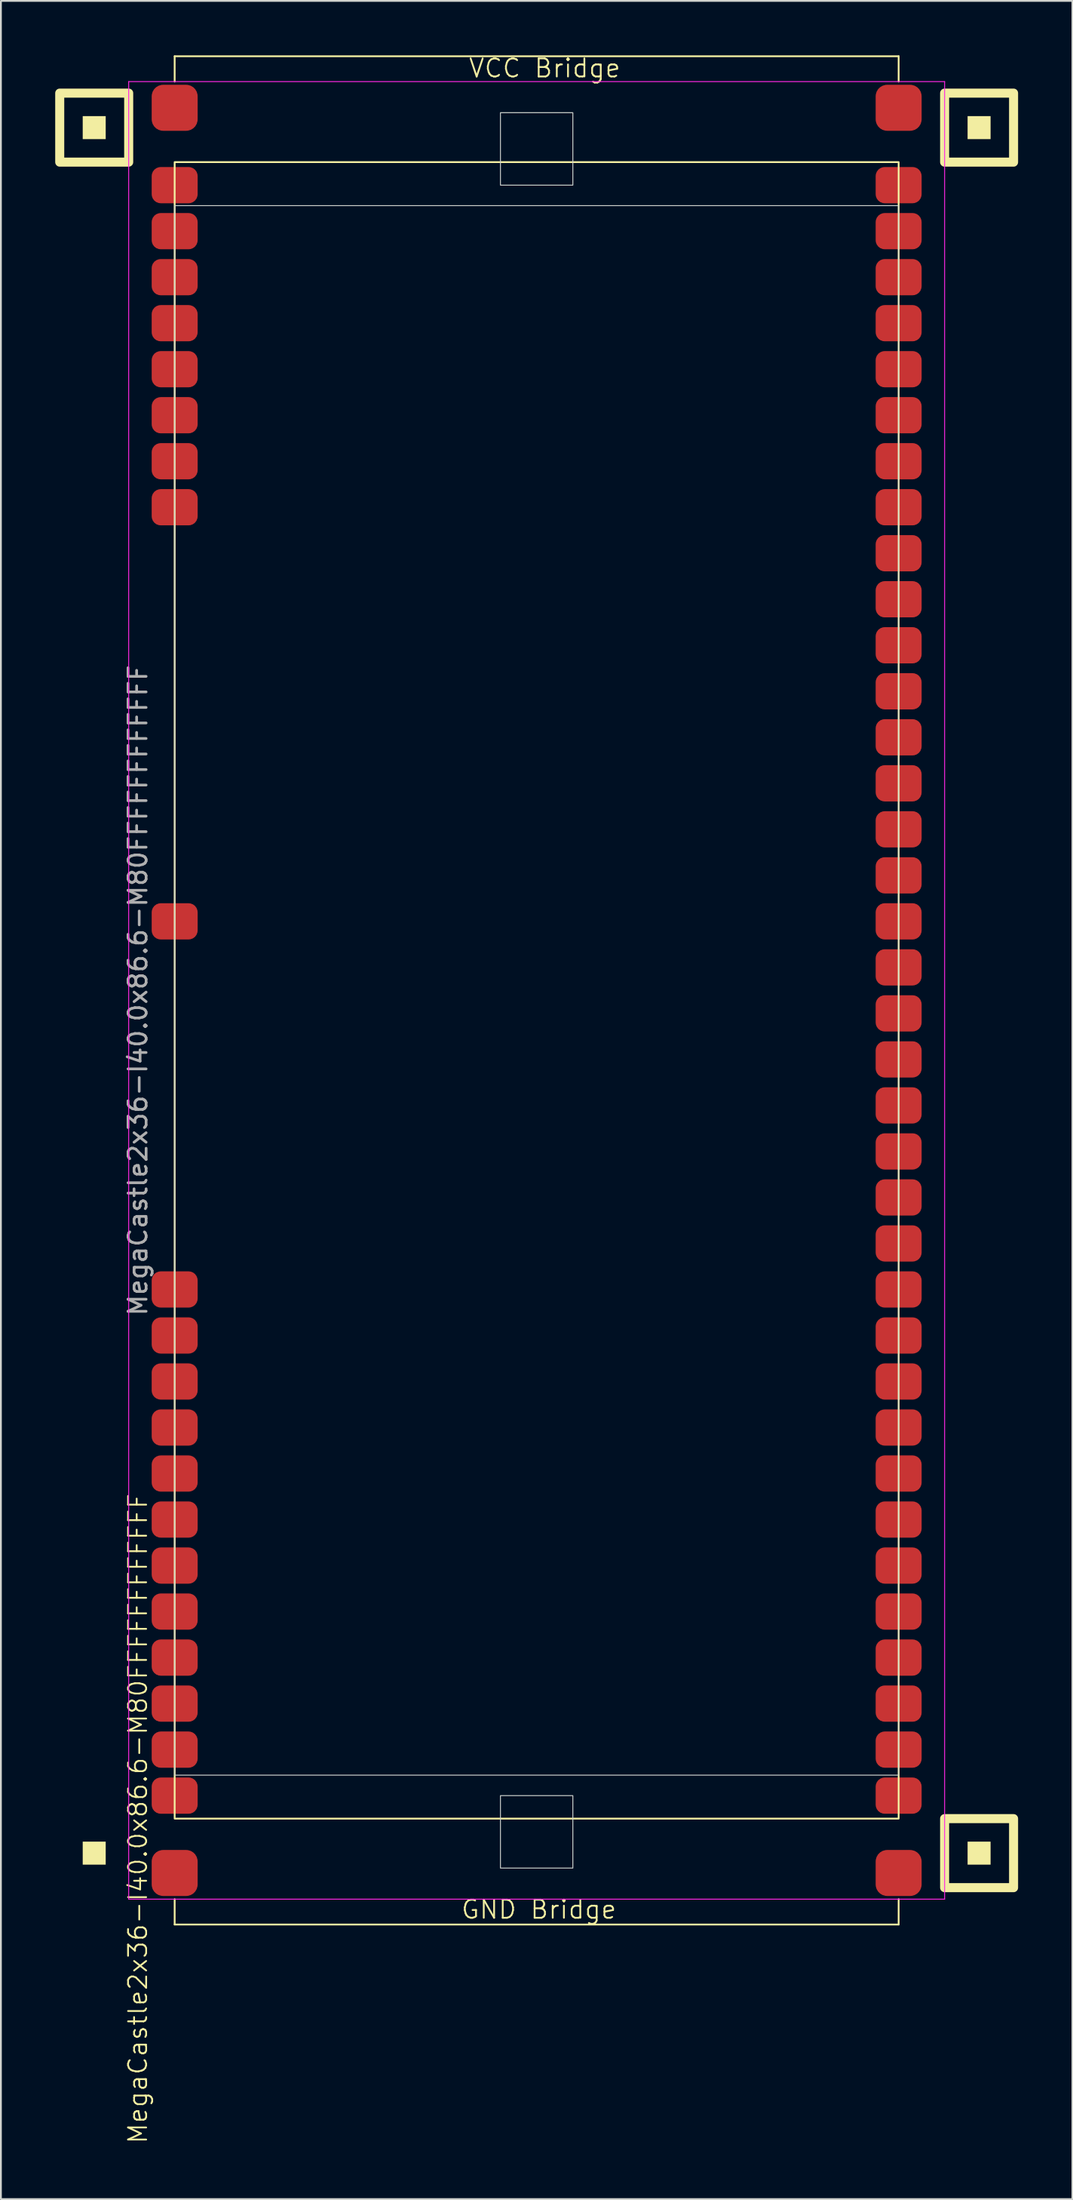
<source format=kicad_pcb>
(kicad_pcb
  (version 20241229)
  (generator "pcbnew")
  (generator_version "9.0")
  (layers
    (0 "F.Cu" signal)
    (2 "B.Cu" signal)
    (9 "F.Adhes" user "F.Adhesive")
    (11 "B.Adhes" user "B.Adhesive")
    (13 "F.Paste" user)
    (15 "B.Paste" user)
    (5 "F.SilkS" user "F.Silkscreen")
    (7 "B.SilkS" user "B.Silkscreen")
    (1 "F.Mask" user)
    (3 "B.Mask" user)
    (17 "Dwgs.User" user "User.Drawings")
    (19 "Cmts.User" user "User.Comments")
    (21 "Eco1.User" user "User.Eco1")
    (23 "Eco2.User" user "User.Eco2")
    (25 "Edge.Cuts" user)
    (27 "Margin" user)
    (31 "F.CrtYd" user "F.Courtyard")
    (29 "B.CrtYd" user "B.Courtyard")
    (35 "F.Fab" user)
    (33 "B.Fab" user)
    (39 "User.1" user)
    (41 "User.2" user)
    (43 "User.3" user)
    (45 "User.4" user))
  (footprint "MegaCastle2x36-I40.0x86.6-M80FFFFFFFFFFFF"
    (layer "F.Cu")
    (at 26.6 51.62)
    (property "Reference" "MegaCastle2x36-I40.0x86.6-M80FFFFFFFFFFFF" (at -22.032 45.72 90) (unlocked yes) (layer "F.SilkS") (effects (font (size 1 1) (thickness 0.1))))
    (attr smd)
    (fp_line (start -20 -51.565) (end 20 -51.565) (stroke (width 0.1) (type default)) (layer "F.SilkS"))
    (fp_line (start -20 -50.165) (end -20 -51.565) (stroke (width 0.1) (type default)) (layer "F.SilkS"))
    (fp_line (start -20 50.165) (end -20 51.565) (stroke (width 0.1) (type default)) (layer "F.SilkS"))
    (fp_line (start -20 51.565) (end 20 51.565) (stroke (width 0.1) (type default)) (layer "F.SilkS"))
    (fp_line (start 20 -50.165) (end 20 -51.565) (stroke (width 0.1) (type default)) (layer "F.SilkS"))
    (fp_line (start 20 50.165) (end 20 51.565) (stroke (width 0.1) (type default)) (layer "F.SilkS"))
    (fp_rect (start -23.81 -46.99) (end -25.08 -48.26) (stroke (width 0) (type solid)) (fill yes) (layer "F.SilkS"))
    (fp_rect (start -23.81 48.26) (end -25.08 46.99) (stroke (width 0) (type solid)) (fill yes) (layer "F.SilkS"))
    (fp_rect (start -22.54 -45.72) (end -26.35 -49.53) (stroke (width 0.5) (type default)) (fill no) (layer "F.SilkS"))
    (fp_rect (start -20 -45.72) (end 20 45.72) (stroke (width 0.1) (type default)) (fill no) (layer "F.SilkS"))
    (fp_rect (start 25.08 -46.99) (end 23.81 -48.26) (stroke (width 0) (type solid)) (fill yes) (layer "F.SilkS"))
    (fp_rect (start 25.08 48.26) (end 23.81 46.99) (stroke (width 0) (type solid)) (fill yes) (layer "F.SilkS"))
    (fp_rect (start 26.35 -45.72) (end 22.54 -49.53) (stroke (width 0.5) (type default)) (fill no) (layer "F.SilkS"))
    (fp_rect (start 26.35 49.53) (end 22.54 45.72) (stroke (width 0.5) (type default)) (fill no) (layer "F.SilkS"))
    (fp_rect (start -20 -43.32) (end 20 43.32) (stroke (width 0.05) (type default)) (fill no) (layer "Edge.Cuts"))
    (fp_rect (start -2 -44.45) (end 2 -48.45) (stroke (width 0.05) (type default)) (fill no) (layer "Edge.Cuts"))
    (fp_rect (start -2 44.45) (end 2 48.45) (stroke (width 0.05) (type default)) (fill no) (layer "Edge.Cuts"))
    (fp_line (start -22.54 -50.165) (end -22.54 50.165) (stroke (width 0.05) (type default)) (layer "F.CrtYd"))
    (fp_line (start -22.54 50.165) (end 22.54 50.165) (stroke (width 0.05) (type default)) (layer "F.CrtYd"))
    (fp_line (start 22.54 -50.165) (end -22.54 -50.165) (stroke (width 0.05) (type default)) (layer "F.CrtYd"))
    (fp_line (start 22.54 -50.165) (end 22.54 50.165) (stroke (width 0.05) (type default)) (layer "F.CrtYd"))
    (fp_text user "GND Bridge" (at -4.226 51.32 0) (unlocked yes) (layer "F.SilkS") (effects (font (size 1 1) (thickness 0.1)) (justify left bottom)))
    (fp_text user "VCC Bridge" (at -3.81 -50.32 0) (unlocked yes) (layer "F.SilkS") (effects (font (size 1 1) (thickness 0.1)) (justify left bottom)))
    (fp_text user "${REFERENCE}" (at -22.032 0 90) (unlocked yes) (layer "F.Fab") (effects (font (size 1 1) (thickness 0.15))))
    (pad "1" smd roundrect (at -20 -44.45) (size 2.54 2) (layers "F.Cu" "F.Mask" "F.Paste") (roundrect_rratio 0.25))
    (pad "2" smd roundrect (at -20 -41.91) (size 2.54 2) (layers "F.Cu" "F.Mask" "F.Paste") (roundrect_rratio 0.25))
    (pad "3" smd roundrect (at -20 -39.37) (size 2.54 2) (layers "F.Cu" "F.Mask" "F.Paste") (roundrect_rratio 0.25))
    (pad "4" smd roundrect (at -20 -36.83) (size 2.54 2) (layers "F.Cu" "F.Mask" "F.Paste") (roundrect_rratio 0.25))
    (pad "5" smd roundrect (at -20 -34.29) (size 2.54 2) (layers "F.Cu" "F.Mask" "F.Paste") (roundrect_rratio 0.25))
    (pad "6" smd roundrect (at -20 -31.75) (size 2.54 2) (layers "F.Cu" "F.Mask" "F.Paste") (roundrect_rratio 0.25))
    (pad "7" smd roundrect (at -20 -29.21) (size 2.54 2) (layers "F.Cu" "F.Mask" "F.Paste") (roundrect_rratio 0.25))
    (pad "8" smd roundrect (at -20 -26.67) (size 2.54 2) (layers "F.Cu" "F.Mask" "F.Paste") (roundrect_rratio 0.25))
    (pad "17" smd roundrect (at -20 -3.81) (size 2.54 2) (layers "F.Cu" "F.Mask" "F.Paste") (roundrect_rratio 0.25))
    (pad "25" smd roundrect (at -20 16.51) (size 2.54 2) (layers "F.Cu" "F.Mask" "F.Paste") (roundrect_rratio 0.25))
    (pad "26" smd roundrect (at -20 19.05) (size 2.54 2) (layers "F.Cu" "F.Mask" "F.Paste") (roundrect_rratio 0.25))
    (pad "27" smd roundrect (at -20 21.59) (size 2.54 2) (layers "F.Cu" "F.Mask" "F.Paste") (roundrect_rratio 0.25))
    (pad "28" smd roundrect (at -20 24.13) (size 2.54 2) (layers "F.Cu" "F.Mask" "F.Paste") (roundrect_rratio 0.25))
    (pad "29" smd roundrect (at -20 26.67) (size 2.54 2) (layers "F.Cu" "F.Mask" "F.Paste") (roundrect_rratio 0.25))
    (pad "30" smd roundrect (at -20 29.21) (size 2.54 2) (layers "F.Cu" "F.Mask" "F.Paste") (roundrect_rratio 0.25))
    (pad "31" smd roundrect (at -20 31.75) (size 2.54 2) (layers "F.Cu" "F.Mask" "F.Paste") (roundrect_rratio 0.25))
    (pad "32" smd roundrect (at -20 34.29) (size 2.54 2) (layers "F.Cu" "F.Mask" "F.Paste") (roundrect_rratio 0.25))
    (pad "33" smd roundrect (at -20 36.83) (size 2.54 2) (layers "F.Cu" "F.Mask" "F.Paste") (roundrect_rratio 0.25))
    (pad "34" smd roundrect (at -20 39.37) (size 2.54 2) (layers "F.Cu" "F.Mask" "F.Paste") (roundrect_rratio 0.25))
    (pad "35" smd roundrect (at -20 41.91) (size 2.54 2) (layers "F.Cu" "F.Mask" "F.Paste") (roundrect_rratio 0.25))
    (pad "36" smd roundrect (at -20 44.45) (size 2.54 2) (layers "F.Cu" "F.Mask" "F.Paste") (roundrect_rratio 0.25))
    (pad "37" smd roundrect (at 20 -44.45) (size 2.54 2) (layers "F.Cu" "F.Mask" "F.Paste") (roundrect_rratio 0.25))
    (pad "38" smd roundrect (at 20 -41.91) (size 2.54 2) (layers "F.Cu" "F.Mask" "F.Paste") (roundrect_rratio 0.25))
    (pad "39" smd roundrect (at 20 -39.37) (size 2.54 2) (layers "F.Cu" "F.Mask" "F.Paste") (roundrect_rratio 0.25))
    (pad "40" smd roundrect (at 20 -36.83) (size 2.54 2) (layers "F.Cu" "F.Mask" "F.Paste") (roundrect_rratio 0.25))
    (pad "41" smd roundrect (at 20 -34.29) (size 2.54 2) (layers "F.Cu" "F.Mask" "F.Paste") (roundrect_rratio 0.25))
    (pad "42" smd roundrect (at 20 -31.75) (size 2.54 2) (layers "F.Cu" "F.Mask" "F.Paste") (roundrect_rratio 0.25))
    (pad "43" smd roundrect (at 20 -29.21) (size 2.54 2) (layers "F.Cu" "F.Mask" "F.Paste") (roundrect_rratio 0.25))
    (pad "44" smd roundrect (at 20 -26.67) (size 2.54 2) (layers "F.Cu" "F.Mask" "F.Paste") (roundrect_rratio 0.25))
    (pad "45" smd roundrect (at 20 -24.13) (size 2.54 2) (layers "F.Cu" "F.Mask" "F.Paste") (roundrect_rratio 0.25))
    (pad "46" smd roundrect (at 20 -21.59) (size 2.54 2) (layers "F.Cu" "F.Mask" "F.Paste") (roundrect_rratio 0.25))
    (pad "47" smd roundrect (at 20 -19.05) (size 2.54 2) (layers "F.Cu" "F.Mask" "F.Paste") (roundrect_rratio 0.25))
    (pad "48" smd roundrect (at 20 -16.51) (size 2.54 2) (layers "F.Cu" "F.Mask" "F.Paste") (roundrect_rratio 0.25))
    (pad "49" smd roundrect (at 20 -13.97) (size 2.54 2) (layers "F.Cu" "F.Mask" "F.Paste") (roundrect_rratio 0.25))
    (pad "50" smd roundrect (at 20 -11.43) (size 2.54 2) (layers "F.Cu" "F.Mask" "F.Paste") (roundrect_rratio 0.25))
    (pad "51" smd roundrect (at 20 -8.89) (size 2.54 2) (layers "F.Cu" "F.Mask" "F.Paste") (roundrect_rratio 0.25))
    (pad "52" smd roundrect (at 20 -6.35) (size 2.54 2) (layers "F.Cu" "F.Mask" "F.Paste") (roundrect_rratio 0.25))
    (pad "53" smd roundrect (at 20 -3.81) (size 2.54 2) (layers "F.Cu" "F.Mask" "F.Paste") (roundrect_rratio 0.25))
    (pad "54" smd roundrect (at 20 -1.27) (size 2.54 2) (layers "F.Cu" "F.Mask" "F.Paste") (roundrect_rratio 0.25))
    (pad "55" smd roundrect (at 20 1.27) (size 2.54 2) (layers "F.Cu" "F.Mask" "F.Paste") (roundrect_rratio 0.25))
    (pad "56" smd roundrect (at 20 3.81) (size 2.54 2) (layers "F.Cu" "F.Mask" "F.Paste") (roundrect_rratio 0.25))
    (pad "57" smd roundrect (at 20 6.35) (size 2.54 2) (layers "F.Cu" "F.Mask" "F.Paste") (roundrect_rratio 0.25))
    (pad "58" smd roundrect (at 20 8.89) (size 2.54 2) (layers "F.Cu" "F.Mask" "F.Paste") (roundrect_rratio 0.25))
    (pad "59" smd roundrect (at 20 11.43) (size 2.54 2) (layers "F.Cu" "F.Mask" "F.Paste") (roundrect_rratio 0.25))
    (pad "60" smd roundrect (at 20 13.97) (size 2.54 2) (layers "F.Cu" "F.Mask" "F.Paste") (roundrect_rratio 0.25))
    (pad "61" smd roundrect (at 20 16.51) (size 2.54 2) (layers "F.Cu" "F.Mask" "F.Paste") (roundrect_rratio 0.25))
    (pad "62" smd roundrect (at 20 19.05) (size 2.54 2) (layers "F.Cu" "F.Mask" "F.Paste") (roundrect_rratio 0.25))
    (pad "63" smd roundrect (at 20 21.59) (size 2.54 2) (layers "F.Cu" "F.Mask" "F.Paste") (roundrect_rratio 0.25))
    (pad "64" smd roundrect (at 20 24.13) (size 2.54 2) (layers "F.Cu" "F.Mask" "F.Paste") (roundrect_rratio 0.25))
    (pad "65" smd roundrect (at 20 26.67) (size 2.54 2) (layers "F.Cu" "F.Mask" "F.Paste") (roundrect_rratio 0.25))
    (pad "66" smd roundrect (at 20 29.21) (size 2.54 2) (layers "F.Cu" "F.Mask" "F.Paste") (roundrect_rratio 0.25))
    (pad "67" smd roundrect (at 20 31.75) (size 2.54 2) (layers "F.Cu" "F.Mask" "F.Paste") (roundrect_rratio 0.25))
    (pad "68" smd roundrect (at 20 34.29) (size 2.54 2) (layers "F.Cu" "F.Mask" "F.Paste") (roundrect_rratio 0.25))
    (pad "69" smd roundrect (at 20 36.83) (size 2.54 2) (layers "F.Cu" "F.Mask" "F.Paste") (roundrect_rratio 0.25))
    (pad "70" smd roundrect (at 20 39.37) (size 2.54 2) (layers "F.Cu" "F.Mask" "F.Paste") (roundrect_rratio 0.25))
    (pad "71" smd roundrect (at 20 41.91) (size 2.54 2) (layers "F.Cu" "F.Mask" "F.Paste") (roundrect_rratio 0.25))
    (pad "72" smd roundrect (at 20 44.45) (size 2.54 2) (layers "F.Cu" "F.Mask" "F.Paste") (roundrect_rratio 0.25))
    (pad "A1" smd roundrect (at -20 -48.72) (size 2.54 2.54) (layers "F.Cu" "F.Mask" "F.Paste") (roundrect_rratio 0.25))
    (pad "A2" smd roundrect (at 20 -48.72) (size 2.54 2.54) (layers "F.Cu" "F.Mask" "F.Paste") (roundrect_rratio 0.25))
    (pad "B1" smd roundrect (at -20 48.72) (size 2.54 2.54) (layers "F.Cu" "F.Mask" "F.Paste") (roundrect_rratio 0.25))
    (pad "B2" smd roundrect (at 20 48.72) (size 2.54 2.54) (layers "F.Cu" "F.Mask" "F.Paste") (roundrect_rratio 0.25)))
  (gr_rect
    (start -3 -3)
    (end 56.2 118.342)
    (stroke (width 0.1) (type default))
    (fill no)
    (layer "Edge.Cuts")))
</source>
